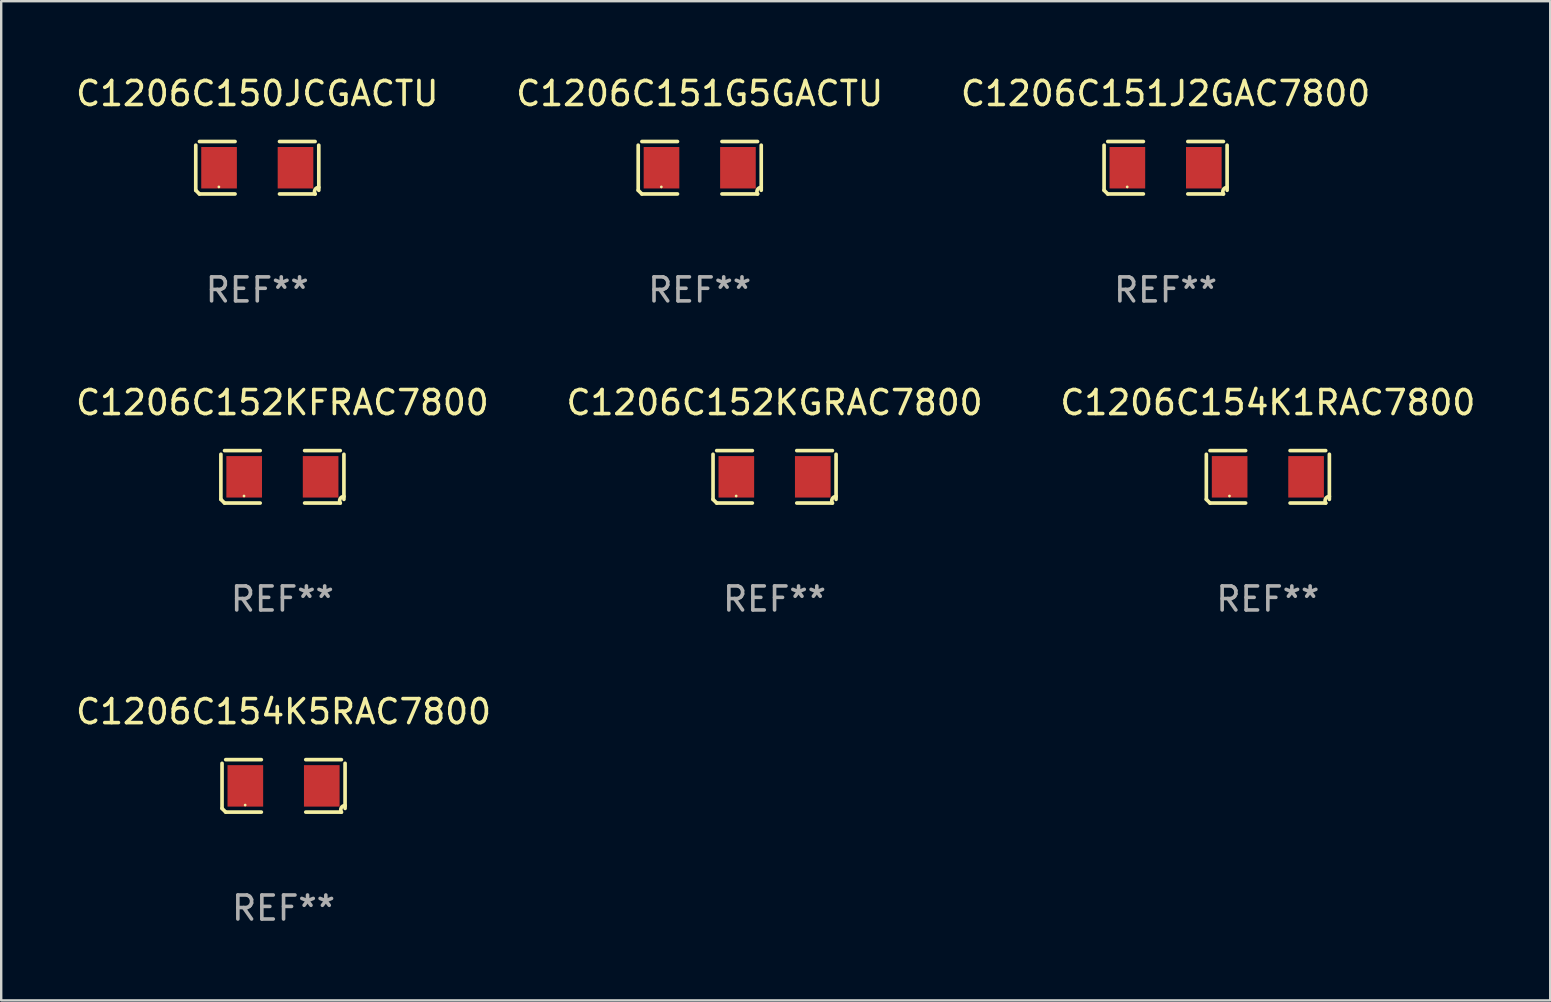
<source format=kicad_pcb>
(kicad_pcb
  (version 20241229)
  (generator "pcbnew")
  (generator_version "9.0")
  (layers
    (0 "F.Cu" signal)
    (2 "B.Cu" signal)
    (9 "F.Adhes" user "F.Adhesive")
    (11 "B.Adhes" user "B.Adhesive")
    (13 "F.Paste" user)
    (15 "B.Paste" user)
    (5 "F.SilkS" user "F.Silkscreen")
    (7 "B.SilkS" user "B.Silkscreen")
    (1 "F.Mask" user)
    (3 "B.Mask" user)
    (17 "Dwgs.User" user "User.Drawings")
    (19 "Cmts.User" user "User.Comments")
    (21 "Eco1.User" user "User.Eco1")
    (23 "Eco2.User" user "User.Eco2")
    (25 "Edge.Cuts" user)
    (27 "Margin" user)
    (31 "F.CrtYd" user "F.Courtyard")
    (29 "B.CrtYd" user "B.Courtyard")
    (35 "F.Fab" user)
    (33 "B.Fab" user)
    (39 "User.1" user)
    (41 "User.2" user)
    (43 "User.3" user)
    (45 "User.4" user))
  (footprint "C1206C154K1RAC7800"
    (layer "F.Cu")
    (at 49.792 16.823)
    (property "Reference" "C1206C154K1RAC7800" (at 0 -3.093 0) (layer "F.SilkS") (effects (font (size 1 1) (thickness 0.15))))
    (attr through_hole)
    (fp_line (start -2.564 0.94) (end -2.564 -0.94) (stroke (width 0.152) (type solid)) (layer "F.SilkS"))
    (fp_line (start -2.411 -1.093) (end -0.926 -1.093) (stroke (width 0.152) (type solid)) (layer "F.SilkS"))
    (fp_line (start -0.926 1.093) (end -2.411 1.093) (stroke (width 0.152) (type solid)) (layer "F.SilkS"))
    (fp_line (start 0.926 1.093) (end 2.411 1.093) (stroke (width 0.152) (type solid)) (layer "F.SilkS"))
    (fp_line (start 2.411 -1.093) (end 0.926 -1.093) (stroke (width 0.152) (type solid)) (layer "F.SilkS"))
    (fp_line (start 2.564 0.94) (end 2.564 -0.94) (stroke (width 0.152) (type solid)) (layer "F.SilkS"))
    (fp_arc (start -2.411201 1.092609) (mid -2.487413 1.01642) (end -2.563602 0.940208) (stroke (width 0.1524) (type solid)) (layer "F.SilkS"))
    (fp_arc (start 2.411201 1.092609) (mid 2.407159 0.911226) (end 2.563602 0.819347) (stroke (width 0.1524) (type solid)) (layer "F.SilkS"))
    (fp_circle (center -1.6 0.8) (end -1.57 0.8) (stroke (width 0.06) (type solid)) (fill no) (layer "F.SilkS"))
    (fp_text user "REF**" (at 0 5.093 0) (layer "F.Fab") (effects (font (size 1 1) (thickness 0.15))))
    (pad "1" smd rect (at -1.593 0) (size 1.485 1.728) (layers "F.Cu" "F.Mask" "F.Paste"))
    (pad "2" smd rect (at 1.593 0) (size 1.485 1.728) (layers "F.Cu" "F.Mask" "F.Paste")))
  (footprint "C1206C150JCGACTU"
    (layer "F.Cu")
    (at 7.673 3.941)
    (property "Reference" "C1206C150JCGACTU" (at 0 -3.093 0) (layer "F.SilkS") (effects (font (size 1 1) (thickness 0.15))))
    (attr through_hole)
    (fp_line (start -2.564 0.94) (end -2.564 -0.94) (stroke (width 0.152) (type solid)) (layer "F.SilkS"))
    (fp_line (start -2.411 -1.093) (end -0.926 -1.093) (stroke (width 0.152) (type solid)) (layer "F.SilkS"))
    (fp_line (start -0.926 1.093) (end -2.411 1.093) (stroke (width 0.152) (type solid)) (layer "F.SilkS"))
    (fp_line (start 0.926 1.093) (end 2.411 1.093) (stroke (width 0.152) (type solid)) (layer "F.SilkS"))
    (fp_line (start 2.411 -1.093) (end 0.926 -1.093) (stroke (width 0.152) (type solid)) (layer "F.SilkS"))
    (fp_line (start 2.564 0.94) (end 2.564 -0.94) (stroke (width 0.152) (type solid)) (layer "F.SilkS"))
    (fp_arc (start -2.411201 1.092609) (mid -2.487413 1.01642) (end -2.563602 0.940208) (stroke (width 0.1524) (type solid)) (layer "F.SilkS"))
    (fp_arc (start 2.411201 1.092609) (mid 2.407159 0.911226) (end 2.563602 0.819347) (stroke (width 0.1524) (type solid)) (layer "F.SilkS"))
    (fp_circle (center -1.6 0.8) (end -1.57 0.8) (stroke (width 0.06) (type solid)) (fill no) (layer "F.SilkS"))
    (fp_text user "REF**" (at 0 5.093 0) (layer "F.Fab") (effects (font (size 1 1) (thickness 0.15))))
    (pad "1" smd rect (at -1.593 0) (size 1.485 1.728) (layers "F.Cu" "F.Mask" "F.Paste"))
    (pad "2" smd rect (at 1.593 0) (size 1.485 1.728) (layers "F.Cu" "F.Mask" "F.Paste")))
  (footprint "C1206C152KFRAC7800"
    (layer "F.Cu")
    (at 8.72 16.823)
    (property "Reference" "C1206C152KFRAC7800" (at 0 -3.093 0) (layer "F.SilkS") (effects (font (size 1 1) (thickness 0.15))))
    (attr through_hole)
    (fp_line (start -2.564 0.94) (end -2.564 -0.94) (stroke (width 0.152) (type solid)) (layer "F.SilkS"))
    (fp_line (start -2.411 -1.093) (end -0.926 -1.093) (stroke (width 0.152) (type solid)) (layer "F.SilkS"))
    (fp_line (start -0.926 1.093) (end -2.411 1.093) (stroke (width 0.152) (type solid)) (layer "F.SilkS"))
    (fp_line (start 0.926 1.093) (end 2.411 1.093) (stroke (width 0.152) (type solid)) (layer "F.SilkS"))
    (fp_line (start 2.411 -1.093) (end 0.926 -1.093) (stroke (width 0.152) (type solid)) (layer "F.SilkS"))
    (fp_line (start 2.564 0.94) (end 2.564 -0.94) (stroke (width 0.152) (type solid)) (layer "F.SilkS"))
    (fp_arc (start -2.411201 1.092609) (mid -2.487413 1.01642) (end -2.563602 0.940208) (stroke (width 0.1524) (type solid)) (layer "F.SilkS"))
    (fp_arc (start 2.411201 1.092609) (mid 2.407159 0.911226) (end 2.563602 0.819347) (stroke (width 0.1524) (type solid)) (layer "F.SilkS"))
    (fp_circle (center -1.6 0.8) (end -1.57 0.8) (stroke (width 0.06) (type solid)) (fill no) (layer "F.SilkS"))
    (fp_text user "REF**" (at 0 5.093 0) (layer "F.Fab") (effects (font (size 1 1) (thickness 0.15))))
    (pad "1" smd rect (at -1.593 0) (size 1.485 1.728) (layers "F.Cu" "F.Mask" "F.Paste"))
    (pad "2" smd rect (at 1.593 0) (size 1.485 1.728) (layers "F.Cu" "F.Mask" "F.Paste")))
  (footprint "C1206C151G5GACTU"
    (layer "F.Cu")
    (at 26.113 3.941)
    (property "Reference" "C1206C151G5GACTU" (at 0 -3.093 0) (layer "F.SilkS") (effects (font (size 1 1) (thickness 0.15))))
    (attr through_hole)
    (fp_line (start -2.564 0.94) (end -2.564 -0.94) (stroke (width 0.152) (type solid)) (layer "F.SilkS"))
    (fp_line (start -2.411 -1.093) (end -0.926 -1.093) (stroke (width 0.152) (type solid)) (layer "F.SilkS"))
    (fp_line (start -0.926 1.093) (end -2.411 1.093) (stroke (width 0.152) (type solid)) (layer "F.SilkS"))
    (fp_line (start 0.926 1.093) (end 2.411 1.093) (stroke (width 0.152) (type solid)) (layer "F.SilkS"))
    (fp_line (start 2.411 -1.093) (end 0.926 -1.093) (stroke (width 0.152) (type solid)) (layer "F.SilkS"))
    (fp_line (start 2.564 0.94) (end 2.564 -0.94) (stroke (width 0.152) (type solid)) (layer "F.SilkS"))
    (fp_arc (start -2.411201 1.092609) (mid -2.487413 1.01642) (end -2.563602 0.940208) (stroke (width 0.1524) (type solid)) (layer "F.SilkS"))
    (fp_arc (start 2.411201 1.092609) (mid 2.407159 0.911226) (end 2.563602 0.819347) (stroke (width 0.1524) (type solid)) (layer "F.SilkS"))
    (fp_circle (center -1.6 0.8) (end -1.57 0.8) (stroke (width 0.06) (type solid)) (fill no) (layer "F.SilkS"))
    (fp_text user "REF**" (at 0 5.093 0) (layer "F.Fab") (effects (font (size 1 1) (thickness 0.15))))
    (pad "1" smd rect (at -1.593 0) (size 1.485 1.728) (layers "F.Cu" "F.Mask" "F.Paste"))
    (pad "2" smd rect (at 1.593 0) (size 1.485 1.728) (layers "F.Cu" "F.Mask" "F.Paste")))
  (footprint "C1206C151J2GAC7800"
    (layer "F.Cu")
    (at 45.53 3.941)
    (property "Reference" "C1206C151J2GAC7800" (at 0 -3.093 0) (layer "F.SilkS") (effects (font (size 1 1) (thickness 0.15))))
    (attr through_hole)
    (fp_line (start -2.564 0.94) (end -2.564 -0.94) (stroke (width 0.152) (type solid)) (layer "F.SilkS"))
    (fp_line (start -2.411 -1.093) (end -0.926 -1.093) (stroke (width 0.152) (type solid)) (layer "F.SilkS"))
    (fp_line (start -0.926 1.093) (end -2.411 1.093) (stroke (width 0.152) (type solid)) (layer "F.SilkS"))
    (fp_line (start 0.926 1.093) (end 2.411 1.093) (stroke (width 0.152) (type solid)) (layer "F.SilkS"))
    (fp_line (start 2.411 -1.093) (end 0.926 -1.093) (stroke (width 0.152) (type solid)) (layer "F.SilkS"))
    (fp_line (start 2.564 0.94) (end 2.564 -0.94) (stroke (width 0.152) (type solid)) (layer "F.SilkS"))
    (fp_arc (start -2.411201 1.092609) (mid -2.487413 1.01642) (end -2.563602 0.940208) (stroke (width 0.1524) (type solid)) (layer "F.SilkS"))
    (fp_arc (start 2.411201 1.092609) (mid 2.407159 0.911226) (end 2.563602 0.819347) (stroke (width 0.1524) (type solid)) (layer "F.SilkS"))
    (fp_circle (center -1.6 0.8) (end -1.57 0.8) (stroke (width 0.06) (type solid)) (fill no) (layer "F.SilkS"))
    (fp_text user "REF**" (at 0 5.093 0) (layer "F.Fab") (effects (font (size 1 1) (thickness 0.15))))
    (pad "1" smd rect (at -1.593 0) (size 1.485 1.728) (layers "F.Cu" "F.Mask" "F.Paste"))
    (pad "2" smd rect (at 1.593 0) (size 1.485 1.728) (layers "F.Cu" "F.Mask" "F.Paste")))
  (footprint "C1206C152KGRAC7800"
    (layer "F.Cu")
    (at 29.232 16.823)
    (property "Reference" "C1206C152KGRAC7800" (at 0 -3.093 0) (layer "F.SilkS") (effects (font (size 1 1) (thickness 0.15))))
    (attr through_hole)
    (fp_line (start -2.564 0.94) (end -2.564 -0.94) (stroke (width 0.152) (type solid)) (layer "F.SilkS"))
    (fp_line (start -2.411 -1.093) (end -0.926 -1.093) (stroke (width 0.152) (type solid)) (layer "F.SilkS"))
    (fp_line (start -0.926 1.093) (end -2.411 1.093) (stroke (width 0.152) (type solid)) (layer "F.SilkS"))
    (fp_line (start 0.926 1.093) (end 2.411 1.093) (stroke (width 0.152) (type solid)) (layer "F.SilkS"))
    (fp_line (start 2.411 -1.093) (end 0.926 -1.093) (stroke (width 0.152) (type solid)) (layer "F.SilkS"))
    (fp_line (start 2.564 0.94) (end 2.564 -0.94) (stroke (width 0.152) (type solid)) (layer "F.SilkS"))
    (fp_arc (start -2.411201 1.092609) (mid -2.487413 1.01642) (end -2.563602 0.940208) (stroke (width 0.1524) (type solid)) (layer "F.SilkS"))
    (fp_arc (start 2.411201 1.092609) (mid 2.407159 0.911226) (end 2.563602 0.819347) (stroke (width 0.1524) (type solid)) (layer "F.SilkS"))
    (fp_circle (center -1.6 0.8) (end -1.57 0.8) (stroke (width 0.06) (type solid)) (fill no) (layer "F.SilkS"))
    (fp_text user "REF**" (at 0 5.093 0) (layer "F.Fab") (effects (font (size 1 1) (thickness 0.15))))
    (pad "1" smd rect (at -1.593 0) (size 1.485 1.728) (layers "F.Cu" "F.Mask" "F.Paste"))
    (pad "2" smd rect (at 1.593 0) (size 1.485 1.728) (layers "F.Cu" "F.Mask" "F.Paste")))
  (footprint "C1206C154K5RAC7800"
    (layer "F.Cu")
    (at 8.768 29.704)
    (property "Reference" "C1206C154K5RAC7800" (at 0 -3.093 0) (layer "F.SilkS") (effects (font (size 1 1) (thickness 0.15))))
    (attr through_hole)
    (fp_line (start -2.564 0.94) (end -2.564 -0.94) (stroke (width 0.152) (type solid)) (layer "F.SilkS"))
    (fp_line (start -2.411 -1.093) (end -0.926 -1.093) (stroke (width 0.152) (type solid)) (layer "F.SilkS"))
    (fp_line (start -0.926 1.093) (end -2.411 1.093) (stroke (width 0.152) (type solid)) (layer "F.SilkS"))
    (fp_line (start 0.926 1.093) (end 2.411 1.093) (stroke (width 0.152) (type solid)) (layer "F.SilkS"))
    (fp_line (start 2.411 -1.093) (end 0.926 -1.093) (stroke (width 0.152) (type solid)) (layer "F.SilkS"))
    (fp_line (start 2.564 0.94) (end 2.564 -0.94) (stroke (width 0.152) (type solid)) (layer "F.SilkS"))
    (fp_arc (start -2.411201 1.092609) (mid -2.487413 1.01642) (end -2.563602 0.940208) (stroke (width 0.1524) (type solid)) (layer "F.SilkS"))
    (fp_arc (start 2.411201 1.092609) (mid 2.407159 0.911226) (end 2.563602 0.819347) (stroke (width 0.1524) (type solid)) (layer "F.SilkS"))
    (fp_circle (center -1.6 0.8) (end -1.57 0.8) (stroke (width 0.06) (type solid)) (fill no) (layer "F.SilkS"))
    (fp_text user "REF**" (at 0 5.093 0) (layer "F.Fab") (effects (font (size 1 1) (thickness 0.15))))
    (pad "1" smd rect (at -1.593 0) (size 1.485 1.728) (layers "F.Cu" "F.Mask" "F.Paste"))
    (pad "2" smd rect (at 1.593 0) (size 1.485 1.728) (layers "F.Cu" "F.Mask" "F.Paste")))
  (gr_rect
    (start -3 -3)
    (end 61.56 38.645)
    (stroke (width 0.1) (type default))
    (fill no)
    (layer "Edge.Cuts")))
</source>
